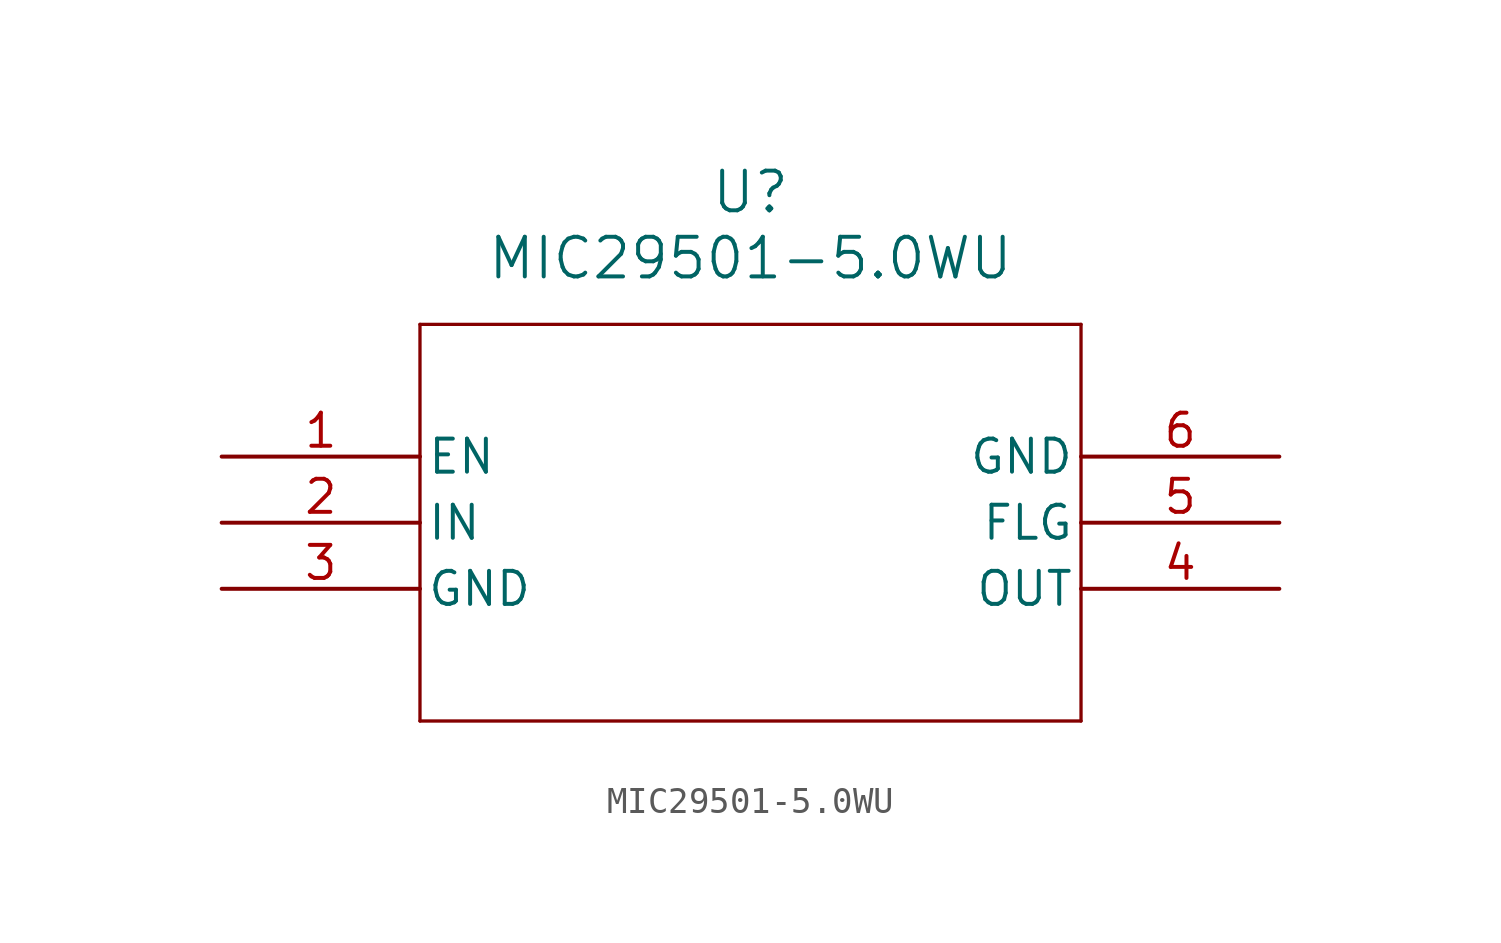
<source format=kicad_sym>
(kicad_symbol_lib
  (version 20211014)
  (generator kicad_symbol_editor)
  (symbol "MIC29501-5.0WU"
    (pin_names
      (offset 0.254))
    (property "Reference" "U"
      (at 20.32 10.16 0)
      (effects (font (size 1.524 1.524))))
    (property "Value" "MIC29501-5.0WU"
      (at 20.32 7.62 0)
      (effects (font (size 1.524 1.524))))
    (symbol "MIC29501-5.0WU_0_1"
      (polyline (pts (xy 7.62 5.08) (xy 7.62 -10.16)) (stroke (width 0.127) (type default) (color 0 0 0 0)) (fill (type none)))
      (polyline (pts (xy 7.62 -10.16) (xy 33.02 -10.16)) (stroke (width 0.127) (type default) (color 0 0 0 0)) (fill (type none)))
      (polyline (pts (xy 33.02 -10.16) (xy 33.02 5.08)) (stroke (width 0.127) (type default) (color 0 0 0 0)) (fill (type none)))
      (polyline (pts (xy 33.02 5.08) (xy 7.62 5.08)) (stroke (width 0.127) (type default) (color 0 0 0 0)) (fill (type none)))
      (pin input line (at 0 0 0) (length 7.62) (name "EN" (effects (font (size 1.27 1.27)))) (number "1" (effects (font (size 1.27 1.27)))))
      (pin power_in line (at 0 -2.54 0) (length 7.62) (name "IN" (effects (font (size 1.27 1.27)))) (number "2" (effects (font (size 1.27 1.27)))))
      (pin power_out line (at 0 -5.08 0) (length 7.62) (name "GND" (effects (font (size 1.27 1.27)))) (number "3" (effects (font (size 1.27 1.27)))))
      (pin output line (at 40.64 -5.08 180) (length 7.62) (name "OUT" (effects (font (size 1.27 1.27)))) (number "4" (effects (font (size 1.27 1.27)))))
      (pin output line (at 40.64 -2.54 180) (length 7.62) (name "FLG" (effects (font (size 1.27 1.27)))) (number "5" (effects (font (size 1.27 1.27)))))
      (pin power_out line (at 40.64 0 180) (length 7.62) (name "GND" (effects (font (size 1.27 1.27)))) (number "6" (effects (font (size 1.27 1.27))))))))
</source>
